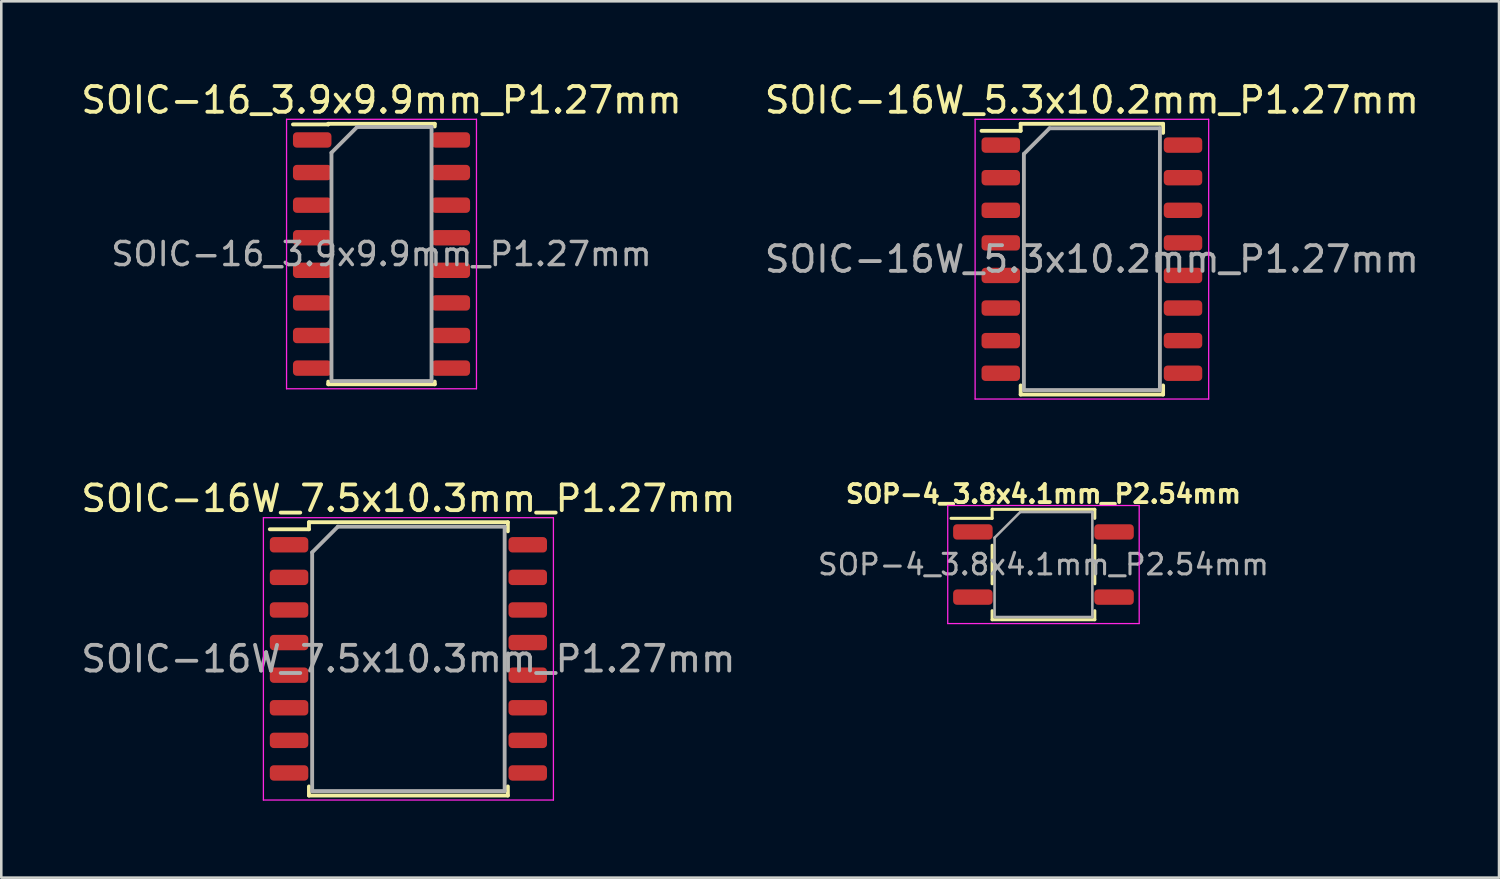
<source format=kicad_pcb>
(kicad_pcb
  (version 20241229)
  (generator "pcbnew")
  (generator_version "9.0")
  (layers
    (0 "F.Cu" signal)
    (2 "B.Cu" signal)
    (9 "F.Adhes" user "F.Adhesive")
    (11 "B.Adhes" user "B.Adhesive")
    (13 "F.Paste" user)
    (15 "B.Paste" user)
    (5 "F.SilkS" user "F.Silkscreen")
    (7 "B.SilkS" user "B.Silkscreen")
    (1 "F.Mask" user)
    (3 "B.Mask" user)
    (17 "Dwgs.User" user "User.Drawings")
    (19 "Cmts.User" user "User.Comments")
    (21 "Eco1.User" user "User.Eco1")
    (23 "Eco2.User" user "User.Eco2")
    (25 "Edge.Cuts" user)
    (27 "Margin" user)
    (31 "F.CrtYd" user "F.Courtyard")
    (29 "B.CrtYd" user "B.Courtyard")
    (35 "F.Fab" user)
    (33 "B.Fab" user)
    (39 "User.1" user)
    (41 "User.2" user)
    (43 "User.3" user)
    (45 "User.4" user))
  (footprint "SOIC-16W_7.5x10.3mm_P1.27mm"
    (layer "F.Cu")
    (at 12.863 22.622)
    (property "Reference" "SOIC-16W_7.5x10.3mm_P1.27mm" (at 0 -6.25 0) (layer "F.SilkS") (effects (font (size 1 1) (thickness 0.15))))
    (attr smd)
    (fp_line (start -3.875 -5.325) (end -3.875 -5.05) (stroke (width 0.15) (type solid)) (layer "F.SilkS"))
    (fp_line (start -3.875 -5.325) (end 3.875 -5.325) (stroke (width 0.15) (type solid)) (layer "F.SilkS"))
    (fp_line (start -3.875 -5.05) (end -5.4 -5.05) (stroke (width 0.15) (type solid)) (layer "F.SilkS"))
    (fp_line (start -3.875 5.325) (end -3.875 4.97) (stroke (width 0.15) (type solid)) (layer "F.SilkS"))
    (fp_line (start -3.875 5.325) (end 3.875 5.325) (stroke (width 0.15) (type solid)) (layer "F.SilkS"))
    (fp_line (start 3.875 -5.325) (end 3.875 -4.97) (stroke (width 0.15) (type solid)) (layer "F.SilkS"))
    (fp_line (start 3.875 5.325) (end 3.875 4.97) (stroke (width 0.15) (type solid)) (layer "F.SilkS"))
    (fp_line (start -5.65 -5.5) (end -5.65 5.5) (stroke (width 0.05) (type solid)) (layer "F.CrtYd"))
    (fp_line (start -5.65 -5.5) (end 5.65 -5.5) (stroke (width 0.05) (type solid)) (layer "F.CrtYd"))
    (fp_line (start -5.65 5.5) (end 5.65 5.5) (stroke (width 0.05) (type solid)) (layer "F.CrtYd"))
    (fp_line (start 5.65 -5.5) (end 5.65 5.5) (stroke (width 0.05) (type solid)) (layer "F.CrtYd"))
    (fp_line (start -3.75 -4.15) (end -2.75 -5.15) (stroke (width 0.15) (type solid)) (layer "F.Fab"))
    (fp_line (start -3.75 5.15) (end -3.75 -4.15) (stroke (width 0.15) (type solid)) (layer "F.Fab"))
    (fp_line (start -2.75 -5.15) (end 3.75 -5.15) (stroke (width 0.15) (type solid)) (layer "F.Fab"))
    (fp_line (start 3.75 -5.15) (end 3.75 5.15) (stroke (width 0.15) (type solid)) (layer "F.Fab"))
    (fp_line (start 3.75 5.15) (end -3.75 5.15) (stroke (width 0.15) (type solid)) (layer "F.Fab"))
    (fp_text user "${REFERENCE}" (at 0 0 0) (layer "F.Fab") (effects (font (size 1 1) (thickness 0.15))))
    (pad "1" smd roundrect (at -4.65 -4.445) (size 1.5 0.6) (layers "F.Cu" "F.Mask" "F.Paste") (roundrect_rratio 0.25))
    (pad "2" smd roundrect (at -4.65 -3.175) (size 1.5 0.6) (layers "F.Cu" "F.Mask" "F.Paste") (roundrect_rratio 0.25))
    (pad "3" smd roundrect (at -4.65 -1.905) (size 1.5 0.6) (layers "F.Cu" "F.Mask" "F.Paste") (roundrect_rratio 0.25))
    (pad "4" smd roundrect (at -4.65 -0.635) (size 1.5 0.6) (layers "F.Cu" "F.Mask" "F.Paste") (roundrect_rratio 0.25))
    (pad "5" smd roundrect (at -4.65 0.635) (size 1.5 0.6) (layers "F.Cu" "F.Mask" "F.Paste") (roundrect_rratio 0.25))
    (pad "6" smd roundrect (at -4.65 1.905) (size 1.5 0.6) (layers "F.Cu" "F.Mask" "F.Paste") (roundrect_rratio 0.25))
    (pad "7" smd roundrect (at -4.65 3.175) (size 1.5 0.6) (layers "F.Cu" "F.Mask" "F.Paste") (roundrect_rratio 0.25))
    (pad "8" smd roundrect (at -4.65 4.445) (size 1.5 0.6) (layers "F.Cu" "F.Mask" "F.Paste") (roundrect_rratio 0.25))
    (pad "9" smd roundrect (at 4.65 4.445) (size 1.5 0.6) (layers "F.Cu" "F.Mask" "F.Paste") (roundrect_rratio 0.25))
    (pad "10" smd roundrect (at 4.65 3.175) (size 1.5 0.6) (layers "F.Cu" "F.Mask" "F.Paste") (roundrect_rratio 0.25))
    (pad "11" smd roundrect (at 4.65 1.905) (size 1.5 0.6) (layers "F.Cu" "F.Mask" "F.Paste") (roundrect_rratio 0.25))
    (pad "12" smd roundrect (at 4.65 0.635) (size 1.5 0.6) (layers "F.Cu" "F.Mask" "F.Paste") (roundrect_rratio 0.25))
    (pad "13" smd roundrect (at 4.65 -0.635) (size 1.5 0.6) (layers "F.Cu" "F.Mask" "F.Paste") (roundrect_rratio 0.25))
    (pad "14" smd roundrect (at 4.65 -1.905) (size 1.5 0.6) (layers "F.Cu" "F.Mask" "F.Paste") (roundrect_rratio 0.25))
    (pad "15" smd roundrect (at 4.65 -3.175) (size 1.5 0.6) (layers "F.Cu" "F.Mask" "F.Paste") (roundrect_rratio 0.25))
    (pad "16" smd roundrect (at 4.65 -4.445) (size 1.5 0.6) (layers "F.Cu" "F.Mask" "F.Paste") (roundrect_rratio 0.25)))
  (footprint "SOIC-16_3.9x9.9mm_P1.27mm"
    (layer "F.Cu")
    (at 11.815 6.848)
    (property "Reference" "SOIC-16_3.9x9.9mm_P1.27mm" (at 0 -6 0) (layer "F.SilkS") (effects (font (size 1 1) (thickness 0.15))))
    (attr smd)
    (fp_line (start -2.075 -5.075) (end -2.075 -5.05) (stroke (width 0.15) (type solid)) (layer "F.SilkS"))
    (fp_line (start -2.075 -5.075) (end 2.075 -5.075) (stroke (width 0.15) (type solid)) (layer "F.SilkS"))
    (fp_line (start -2.075 -5.05) (end -3.45 -5.05) (stroke (width 0.15) (type solid)) (layer "F.SilkS"))
    (fp_line (start -2.075 5.075) (end -2.075 4.97) (stroke (width 0.15) (type solid)) (layer "F.SilkS"))
    (fp_line (start -2.075 5.075) (end 2.075 5.075) (stroke (width 0.15) (type solid)) (layer "F.SilkS"))
    (fp_line (start 2.075 -5.075) (end 2.075 -4.97) (stroke (width 0.15) (type solid)) (layer "F.SilkS"))
    (fp_line (start 2.075 5.075) (end 2.075 4.97) (stroke (width 0.15) (type solid)) (layer "F.SilkS"))
    (fp_line (start -3.7 -5.25) (end -3.7 5.25) (stroke (width 0.05) (type solid)) (layer "F.CrtYd"))
    (fp_line (start -3.7 -5.25) (end 3.7 -5.25) (stroke (width 0.05) (type solid)) (layer "F.CrtYd"))
    (fp_line (start -3.7 5.25) (end 3.7 5.25) (stroke (width 0.05) (type solid)) (layer "F.CrtYd"))
    (fp_line (start 3.7 -5.25) (end 3.7 5.25) (stroke (width 0.05) (type solid)) (layer "F.CrtYd"))
    (fp_line (start -1.95 -3.95) (end -0.95 -4.95) (stroke (width 0.15) (type solid)) (layer "F.Fab"))
    (fp_line (start -1.95 4.95) (end -1.95 -3.95) (stroke (width 0.15) (type solid)) (layer "F.Fab"))
    (fp_line (start -0.95 -4.95) (end 1.95 -4.95) (stroke (width 0.15) (type solid)) (layer "F.Fab"))
    (fp_line (start 1.95 -4.95) (end 1.95 4.95) (stroke (width 0.15) (type solid)) (layer "F.Fab"))
    (fp_line (start 1.95 4.95) (end -1.95 4.95) (stroke (width 0.15) (type solid)) (layer "F.Fab"))
    (fp_text user "${REFERENCE}" (at 0 0 0) (layer "F.Fab") (effects (font (size 0.9 0.9) (thickness 0.135))))
    (pad "1" smd roundrect (at -2.7 -4.445) (size 1.5 0.6) (layers "F.Cu" "F.Mask" "F.Paste") (roundrect_rratio 0.25))
    (pad "2" smd roundrect (at -2.7 -3.175) (size 1.5 0.6) (layers "F.Cu" "F.Mask" "F.Paste") (roundrect_rratio 0.25))
    (pad "3" smd roundrect (at -2.7 -1.905) (size 1.5 0.6) (layers "F.Cu" "F.Mask" "F.Paste") (roundrect_rratio 0.25))
    (pad "4" smd roundrect (at -2.7 -0.635) (size 1.5 0.6) (layers "F.Cu" "F.Mask" "F.Paste") (roundrect_rratio 0.25))
    (pad "5" smd roundrect (at -2.7 0.635) (size 1.5 0.6) (layers "F.Cu" "F.Mask" "F.Paste") (roundrect_rratio 0.25))
    (pad "6" smd roundrect (at -2.7 1.905) (size 1.5 0.6) (layers "F.Cu" "F.Mask" "F.Paste") (roundrect_rratio 0.25))
    (pad "7" smd roundrect (at -2.7 3.175) (size 1.5 0.6) (layers "F.Cu" "F.Mask" "F.Paste") (roundrect_rratio 0.25))
    (pad "8" smd roundrect (at -2.7 4.445) (size 1.5 0.6) (layers "F.Cu" "F.Mask" "F.Paste") (roundrect_rratio 0.25))
    (pad "9" smd roundrect (at 2.7 4.445) (size 1.5 0.6) (layers "F.Cu" "F.Mask" "F.Paste") (roundrect_rratio 0.25))
    (pad "10" smd roundrect (at 2.7 3.175) (size 1.5 0.6) (layers "F.Cu" "F.Mask" "F.Paste") (roundrect_rratio 0.25))
    (pad "11" smd roundrect (at 2.7 1.905) (size 1.5 0.6) (layers "F.Cu" "F.Mask" "F.Paste") (roundrect_rratio 0.25))
    (pad "12" smd roundrect (at 2.7 0.635) (size 1.5 0.6) (layers "F.Cu" "F.Mask" "F.Paste") (roundrect_rratio 0.25))
    (pad "13" smd roundrect (at 2.7 -0.635) (size 1.5 0.6) (layers "F.Cu" "F.Mask" "F.Paste") (roundrect_rratio 0.25))
    (pad "14" smd roundrect (at 2.7 -1.905) (size 1.5 0.6) (layers "F.Cu" "F.Mask" "F.Paste") (roundrect_rratio 0.25))
    (pad "15" smd roundrect (at 2.7 -3.175) (size 1.5 0.6) (layers "F.Cu" "F.Mask" "F.Paste") (roundrect_rratio 0.25))
    (pad "16" smd roundrect (at 2.7 -4.445) (size 1.5 0.6) (layers "F.Cu" "F.Mask" "F.Paste") (roundrect_rratio 0.25)))
  (footprint "SOP-4_3.8x4.1mm_P2.54mm"
    (layer "F.Cu")
    (at 37.607 18.946)
    (property "Reference" "SOP-4_3.8x4.1mm_P2.54mm" (at 0 -2.75 0) (layer "F.SilkS") (effects (font (size 0.7 0.7) (thickness 0.15))))
    (attr smd)
    (fp_line (start -2 -2.15) (end 2 -2.15) (stroke (width 0.12) (type solid)) (layer "F.SilkS"))
    (fp_line (start -2 -1.8) (end -3.6 -1.8) (stroke (width 0.12) (type solid)) (layer "F.SilkS"))
    (fp_line (start -2 -1.8) (end -2 -2.15) (stroke (width 0.12) (type solid)) (layer "F.SilkS"))
    (fp_line (start -2 0.75) (end -2 -0.75) (stroke (width 0.12) (type solid)) (layer "F.SilkS"))
    (fp_line (start -2 1.8) (end -2 2.15) (stroke (width 0.12) (type solid)) (layer "F.SilkS"))
    (fp_line (start -2 2.15) (end 2 2.15) (stroke (width 0.12) (type solid)) (layer "F.SilkS"))
    (fp_line (start 2 -2.15) (end 2 -1.8) (stroke (width 0.12) (type solid)) (layer "F.SilkS"))
    (fp_line (start 2 0.75) (end 2 -0.75) (stroke (width 0.12) (type solid)) (layer "F.SilkS"))
    (fp_line (start 2 2.15) (end 2 1.8) (stroke (width 0.12) (type solid)) (layer "F.SilkS"))
    (fp_line (start -3.73 -2.3) (end 3.73 -2.3) (stroke (width 0.05) (type solid)) (layer "F.CrtYd"))
    (fp_line (start -3.73 2.3) (end -3.73 -2.3) (stroke (width 0.05) (type solid)) (layer "F.CrtYd"))
    (fp_line (start 3.73 -2.3) (end 3.73 2.3) (stroke (width 0.05) (type solid)) (layer "F.CrtYd"))
    (fp_line (start 3.73 2.3) (end -3.73 2.3) (stroke (width 0.05) (type solid)) (layer "F.CrtYd"))
    (fp_line (start -1.905 -1.044) (end -0.905 -2.045) (stroke (width 0.1) (type solid)) (layer "F.Fab"))
    (fp_line (start -1.905 2.045) (end -1.905 -1.044) (stroke (width 0.1) (type solid)) (layer "F.Fab"))
    (fp_line (start -1.905 2.045) (end 1.905 2.045) (stroke (width 0.1) (type solid)) (layer "F.Fab"))
    (fp_line (start -0.905 -2.045) (end 1.905 -2.045) (stroke (width 0.1) (type solid)) (layer "F.Fab"))
    (fp_line (start 1.905 2.045) (end 1.905 -2.045) (stroke (width 0.1) (type solid)) (layer "F.Fab"))
    (fp_text user "${REFERENCE}" (at 0 0 0) (layer "F.Fab") (effects (font (size 0.8 0.8) (thickness 0.12))))
    (pad "1" smd roundrect (at -2.75 -1.27) (size 1.54 0.6) (layers "F.Cu" "F.Mask" "F.Paste") (roundrect_rratio 0.25))
    (pad "2" smd roundrect (at -2.75 1.27) (size 1.54 0.6) (layers "F.Cu" "F.Mask" "F.Paste") (roundrect_rratio 0.25))
    (pad "3" smd roundrect (at 2.75 1.27) (size 1.54 0.6) (layers "F.Cu" "F.Mask" "F.Paste") (roundrect_rratio 0.25))
    (pad "4" smd roundrect (at 2.75 -1.27) (size 1.54 0.6) (layers "F.Cu" "F.Mask" "F.Paste") (roundrect_rratio 0.25)))
  (footprint "SOIC-16W_5.3x10.2mm_P1.27mm"
    (layer "F.Cu")
    (at 39.494 7.048)
    (property "Reference" "SOIC-16W_5.3x10.2mm_P1.27mm" (at 0 -6.2 0) (layer "F.SilkS") (effects (font (size 1 1) (thickness 0.15))))
    (attr smd)
    (fp_line (start -2.775 -5.275) (end -2.775 -5) (stroke (width 0.15) (type solid)) (layer "F.SilkS"))
    (fp_line (start -2.775 -5.275) (end 2.775 -5.275) (stroke (width 0.15) (type solid)) (layer "F.SilkS"))
    (fp_line (start -2.775 -5) (end -4.3 -5) (stroke (width 0.15) (type solid)) (layer "F.SilkS"))
    (fp_line (start -2.775 5.275) (end -2.775 4.92) (stroke (width 0.15) (type solid)) (layer "F.SilkS"))
    (fp_line (start -2.775 5.275) (end 2.775 5.275) (stroke (width 0.15) (type solid)) (layer "F.SilkS"))
    (fp_line (start 2.775 -5.275) (end 2.775 -4.92) (stroke (width 0.15) (type solid)) (layer "F.SilkS"))
    (fp_line (start 2.775 5.275) (end 2.775 4.92) (stroke (width 0.15) (type solid)) (layer "F.SilkS"))
    (fp_line (start -4.55 -5.45) (end -4.55 5.45) (stroke (width 0.05) (type solid)) (layer "F.CrtYd"))
    (fp_line (start -4.55 -5.45) (end 4.55 -5.45) (stroke (width 0.05) (type solid)) (layer "F.CrtYd"))
    (fp_line (start -4.55 5.45) (end 4.55 5.45) (stroke (width 0.05) (type solid)) (layer "F.CrtYd"))
    (fp_line (start 4.55 -5.45) (end 4.55 5.45) (stroke (width 0.05) (type solid)) (layer "F.CrtYd"))
    (fp_line (start -2.65 -4.1) (end -1.65 -5.1) (stroke (width 0.15) (type solid)) (layer "F.Fab"))
    (fp_line (start -2.65 5.1) (end -2.65 -4.1) (stroke (width 0.15) (type solid)) (layer "F.Fab"))
    (fp_line (start -1.65 -5.1) (end 2.65 -5.1) (stroke (width 0.15) (type solid)) (layer "F.Fab"))
    (fp_line (start 2.65 -5.1) (end 2.65 5.1) (stroke (width 0.15) (type solid)) (layer "F.Fab"))
    (fp_line (start 2.65 5.1) (end -2.65 5.1) (stroke (width 0.15) (type solid)) (layer "F.Fab"))
    (fp_text user "${REFERENCE}" (at 0 0 0) (layer "F.Fab") (effects (font (size 1 1) (thickness 0.15))))
    (pad "1" smd roundrect (at -3.55 -4.445) (size 1.5 0.6) (layers "F.Cu" "F.Mask" "F.Paste") (roundrect_rratio 0.25))
    (pad "2" smd roundrect (at -3.55 -3.175) (size 1.5 0.6) (layers "F.Cu" "F.Mask" "F.Paste") (roundrect_rratio 0.25))
    (pad "3" smd roundrect (at -3.55 -1.905) (size 1.5 0.6) (layers "F.Cu" "F.Mask" "F.Paste") (roundrect_rratio 0.25))
    (pad "4" smd roundrect (at -3.55 -0.635) (size 1.5 0.6) (layers "F.Cu" "F.Mask" "F.Paste") (roundrect_rratio 0.25))
    (pad "5" smd roundrect (at -3.55 0.635) (size 1.5 0.6) (layers "F.Cu" "F.Mask" "F.Paste") (roundrect_rratio 0.25))
    (pad "6" smd roundrect (at -3.55 1.905) (size 1.5 0.6) (layers "F.Cu" "F.Mask" "F.Paste") (roundrect_rratio 0.25))
    (pad "7" smd roundrect (at -3.55 3.175) (size 1.5 0.6) (layers "F.Cu" "F.Mask" "F.Paste") (roundrect_rratio 0.25))
    (pad "8" smd roundrect (at -3.55 4.445) (size 1.5 0.6) (layers "F.Cu" "F.Mask" "F.Paste") (roundrect_rratio 0.25))
    (pad "9" smd roundrect (at 3.55 4.445) (size 1.5 0.6) (layers "F.Cu" "F.Mask" "F.Paste") (roundrect_rratio 0.25))
    (pad "10" smd roundrect (at 3.55 3.175) (size 1.5 0.6) (layers "F.Cu" "F.Mask" "F.Paste") (roundrect_rratio 0.25))
    (pad "11" smd roundrect (at 3.55 1.905) (size 1.5 0.6) (layers "F.Cu" "F.Mask" "F.Paste") (roundrect_rratio 0.25))
    (pad "12" smd roundrect (at 3.55 0.635) (size 1.5 0.6) (layers "F.Cu" "F.Mask" "F.Paste") (roundrect_rratio 0.25))
    (pad "13" smd roundrect (at 3.55 -0.635) (size 1.5 0.6) (layers "F.Cu" "F.Mask" "F.Paste") (roundrect_rratio 0.25))
    (pad "14" smd roundrect (at 3.55 -1.905) (size 1.5 0.6) (layers "F.Cu" "F.Mask" "F.Paste") (roundrect_rratio 0.25))
    (pad "15" smd roundrect (at 3.55 -3.175) (size 1.5 0.6) (layers "F.Cu" "F.Mask" "F.Paste") (roundrect_rratio 0.25))
    (pad "16" smd roundrect (at 3.55 -4.445) (size 1.5 0.6) (layers "F.Cu" "F.Mask" "F.Paste") (roundrect_rratio 0.25)))
  (gr_rect
    (start -3 -3)
    (end 55.357 31.146)
    (stroke (width 0.1) (type default))
    (fill no)
    (layer "Edge.Cuts")))
</source>
